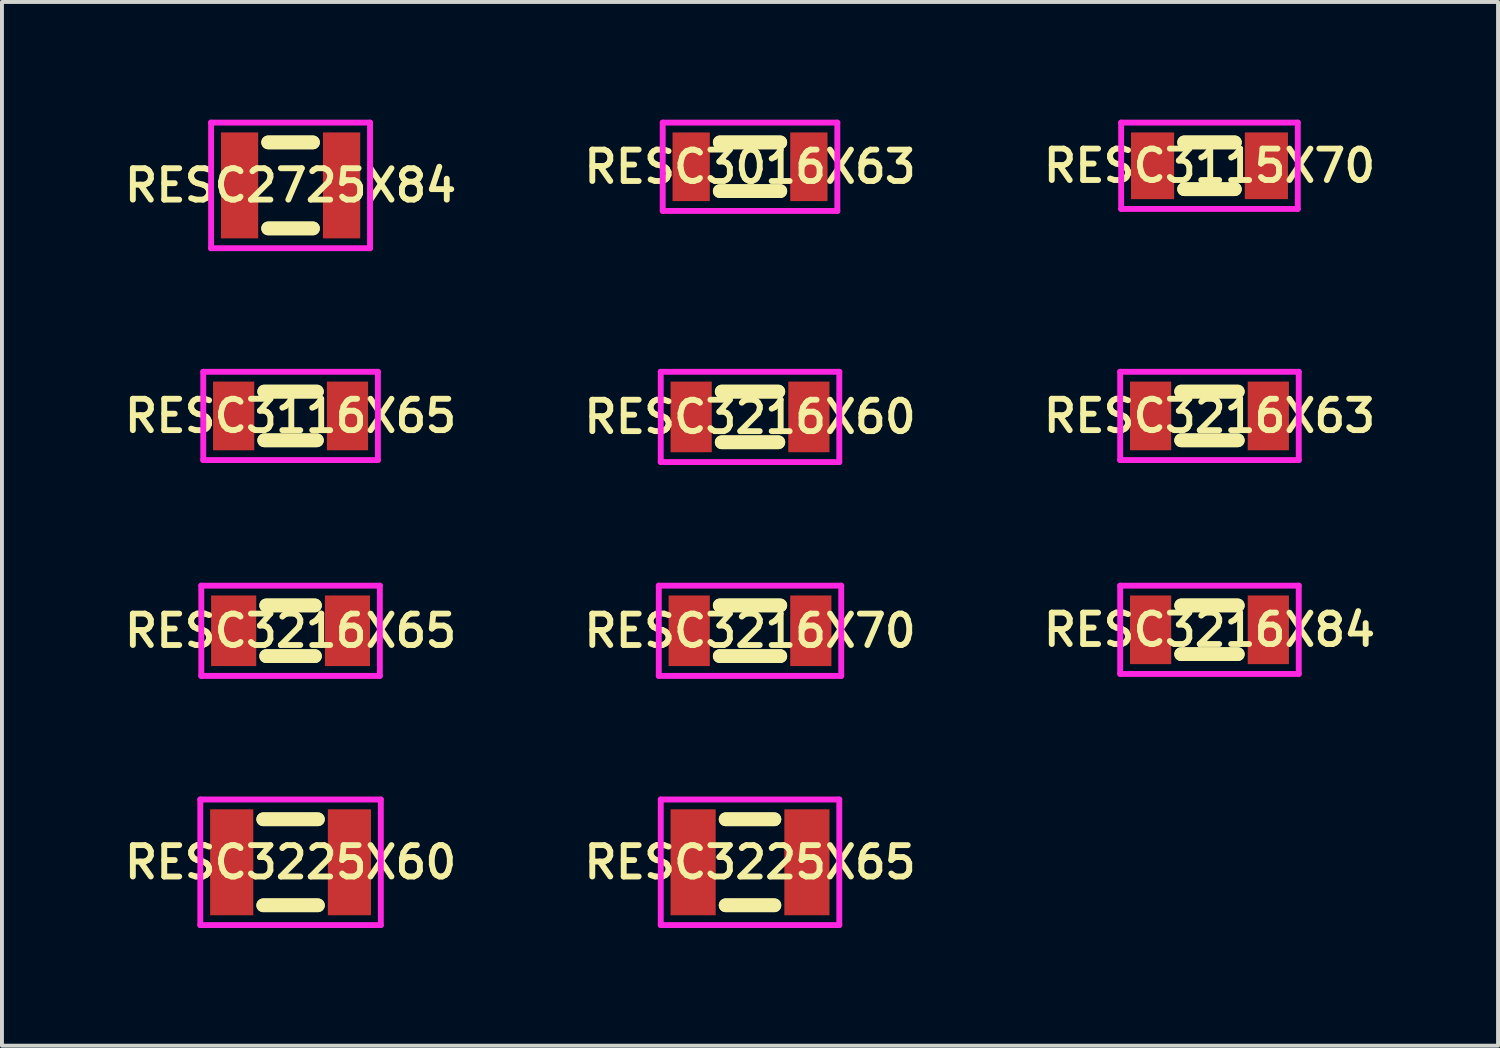
<source format=kicad_pcb>
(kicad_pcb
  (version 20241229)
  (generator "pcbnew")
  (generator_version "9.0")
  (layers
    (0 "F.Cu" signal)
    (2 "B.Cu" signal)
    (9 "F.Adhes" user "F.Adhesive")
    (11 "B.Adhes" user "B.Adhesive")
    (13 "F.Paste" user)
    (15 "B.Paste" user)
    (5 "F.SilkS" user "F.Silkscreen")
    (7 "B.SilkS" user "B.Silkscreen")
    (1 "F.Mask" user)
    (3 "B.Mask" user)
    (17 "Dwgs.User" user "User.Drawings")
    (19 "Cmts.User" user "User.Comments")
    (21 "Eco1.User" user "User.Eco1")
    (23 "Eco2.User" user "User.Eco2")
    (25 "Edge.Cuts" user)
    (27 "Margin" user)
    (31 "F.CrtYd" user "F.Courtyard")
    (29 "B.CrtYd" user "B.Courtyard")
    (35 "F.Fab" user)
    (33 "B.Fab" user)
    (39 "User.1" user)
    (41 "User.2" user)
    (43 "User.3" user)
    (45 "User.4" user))
  (footprint "RESC3016X63"
    (layer "F.Cu")
    (at 16.064 1.2)
    (property "Reference" "RESC3016X63" (at 0 0 0) (layer "F.SilkS") (effects (font (size 0.8 0.8) (thickness 0.15))))
    (attr smd)
    (fp_line (start -0.771 -0.621) (end 0.771 -0.621) (stroke (width 0.35) (type solid)) (layer "F.SilkS"))
    (fp_line (start -0.771 0.621) (end 0.771 0.621) (stroke (width 0.35) (type solid)) (layer "F.SilkS"))
    (fp_line (start 0.771 -0.621) (end -0.771 -0.621) (stroke (width 0.35) (type solid)) (layer "F.SilkS"))
    (fp_line (start 0.771 0.621) (end -0.771 0.621) (stroke (width 0.35) (type solid)) (layer "F.SilkS"))
    (fp_line (start -2.225 -1.125) (end 2.225 -1.125) (stroke (width 0.15) (type solid)) (layer "F.CrtYd"))
    (fp_line (start -2.225 1.125) (end -2.225 -1.125) (stroke (width 0.15) (type solid)) (layer "F.CrtYd"))
    (fp_line (start 2.225 -1.125) (end 2.225 1.125) (stroke (width 0.15) (type solid)) (layer "F.CrtYd"))
    (fp_line (start 2.225 1.125) (end -2.225 1.125) (stroke (width 0.15) (type solid)) (layer "F.CrtYd"))
    (pad "1" smd rect (at -1.5 0) (size 0.95 1.75) (layers "F.Cu" "F.Mask" "F.Paste"))
    (pad "2" smd rect (at 1.5 0) (size 0.95 1.75) (layers "F.Cu" "F.Mask" "F.Paste")))
  (footprint "RESC3216X84"
    (layer "F.Cu")
    (at 27.773 13)
    (property "Reference" "RESC3216X84" (at 0 0 0) (layer "F.SilkS") (effects (font (size 0.8 0.8) (thickness 0.15))))
    (attr smd)
    (fp_line (start -0.721 -0.621) (end 0.721 -0.621) (stroke (width 0.35) (type solid)) (layer "F.SilkS"))
    (fp_line (start -0.721 0.621) (end 0.721 0.621) (stroke (width 0.35) (type solid)) (layer "F.SilkS"))
    (fp_line (start 0.721 -0.621) (end -0.721 -0.621) (stroke (width 0.35) (type solid)) (layer "F.SilkS"))
    (fp_line (start 0.721 0.621) (end -0.721 0.621) (stroke (width 0.35) (type solid)) (layer "F.SilkS"))
    (fp_line (start -2.275 -1.125) (end 2.275 -1.125) (stroke (width 0.15) (type solid)) (layer "F.CrtYd"))
    (fp_line (start -2.275 1.125) (end -2.275 -1.125) (stroke (width 0.15) (type solid)) (layer "F.CrtYd"))
    (fp_line (start 2.275 -1.125) (end 2.275 1.125) (stroke (width 0.15) (type solid)) (layer "F.CrtYd"))
    (fp_line (start 2.275 1.125) (end -2.275 1.125) (stroke (width 0.15) (type solid)) (layer "F.CrtYd"))
    (pad "1" smd rect (at -1.5 0) (size 1.05 1.75) (layers "F.Cu" "F.Mask" "F.Paste"))
    (pad "2" smd rect (at 1.5 0) (size 1.05 1.75) (layers "F.Cu" "F.Mask" "F.Paste")))
  (footprint "RESC3115X70"
    (layer "F.Cu")
    (at 27.773 1.175)
    (property "Reference" "RESC3115X70" (at 0 0 0) (layer "F.SilkS") (effects (font (size 0.8 0.8) (thickness 0.15))))
    (attr smd)
    (fp_line (start -0.646 -0.596) (end 0.646 -0.596) (stroke (width 0.35) (type solid)) (layer "F.SilkS"))
    (fp_line (start -0.646 0.596) (end 0.646 0.596) (stroke (width 0.35) (type solid)) (layer "F.SilkS"))
    (fp_line (start 0.646 -0.596) (end -0.646 -0.596) (stroke (width 0.35) (type solid)) (layer "F.SilkS"))
    (fp_line (start 0.646 0.596) (end -0.646 0.596) (stroke (width 0.35) (type solid)) (layer "F.SilkS"))
    (fp_line (start -2.25 -1.1) (end 2.25 -1.1) (stroke (width 0.15) (type solid)) (layer "F.CrtYd"))
    (fp_line (start -2.25 1.1) (end -2.25 -1.1) (stroke (width 0.15) (type solid)) (layer "F.CrtYd"))
    (fp_line (start 2.25 -1.1) (end 2.25 1.1) (stroke (width 0.15) (type solid)) (layer "F.CrtYd"))
    (fp_line (start 2.25 1.1) (end -2.25 1.1) (stroke (width 0.15) (type solid)) (layer "F.CrtYd"))
    (pad "1" smd rect (at -1.45 0) (size 1.1 1.7) (layers "F.Cu" "F.Mask" "F.Paste"))
    (pad "2" smd rect (at 1.45 0) (size 1.1 1.7) (layers "F.Cu" "F.Mask" "F.Paste")))
  (footprint "RESC3116X65"
    (layer "F.Cu")
    (at 4.355 7.55)
    (property "Reference" "RESC3116X65" (at 0 0 0) (layer "F.SilkS") (effects (font (size 0.8 0.8) (thickness 0.15))))
    (attr smd)
    (fp_line (start -0.671 -0.621) (end 0.671 -0.621) (stroke (width 0.35) (type solid)) (layer "F.SilkS"))
    (fp_line (start -0.671 0.621) (end 0.671 0.621) (stroke (width 0.35) (type solid)) (layer "F.SilkS"))
    (fp_line (start 0.671 -0.621) (end -0.671 -0.621) (stroke (width 0.35) (type solid)) (layer "F.SilkS"))
    (fp_line (start 0.671 0.621) (end -0.671 0.621) (stroke (width 0.35) (type solid)) (layer "F.SilkS"))
    (fp_line (start -2.225 -1.125) (end 2.225 -1.125) (stroke (width 0.15) (type solid)) (layer "F.CrtYd"))
    (fp_line (start -2.225 1.125) (end -2.225 -1.125) (stroke (width 0.15) (type solid)) (layer "F.CrtYd"))
    (fp_line (start 2.225 -1.125) (end 2.225 1.125) (stroke (width 0.15) (type solid)) (layer "F.CrtYd"))
    (fp_line (start 2.225 1.125) (end -2.225 1.125) (stroke (width 0.15) (type solid)) (layer "F.CrtYd"))
    (pad "1" smd rect (at -1.45 0) (size 1.05 1.75) (layers "F.Cu" "F.Mask" "F.Paste"))
    (pad "2" smd rect (at 1.45 0) (size 1.05 1.75) (layers "F.Cu" "F.Mask" "F.Paste")))
  (footprint "RESC3216X70"
    (layer "F.Cu")
    (at 16.064 13.025)
    (property "Reference" "RESC3216X70" (at 0 0 0) (layer "F.SilkS") (effects (font (size 0.8 0.8) (thickness 0.15))))
    (attr smd)
    (fp_line (start -0.771 -0.646) (end 0.771 -0.646) (stroke (width 0.35) (type solid)) (layer "F.SilkS"))
    (fp_line (start -0.771 0.646) (end 0.771 0.646) (stroke (width 0.35) (type solid)) (layer "F.SilkS"))
    (fp_line (start 0.771 -0.646) (end -0.771 -0.646) (stroke (width 0.35) (type solid)) (layer "F.SilkS"))
    (fp_line (start 0.771 0.646) (end -0.771 0.646) (stroke (width 0.35) (type solid)) (layer "F.SilkS"))
    (fp_line (start -2.325 -1.15) (end 2.325 -1.15) (stroke (width 0.15) (type solid)) (layer "F.CrtYd"))
    (fp_line (start -2.325 1.15) (end -2.325 -1.15) (stroke (width 0.15) (type solid)) (layer "F.CrtYd"))
    (fp_line (start 2.325 -1.15) (end 2.325 1.15) (stroke (width 0.15) (type solid)) (layer "F.CrtYd"))
    (fp_line (start 2.325 1.15) (end -2.325 1.15) (stroke (width 0.15) (type solid)) (layer "F.CrtYd"))
    (pad "1" smd rect (at -1.55 0) (size 1.05 1.8) (layers "F.Cu" "F.Mask" "F.Paste"))
    (pad "2" smd rect (at 1.55 0) (size 1.05 1.8) (layers "F.Cu" "F.Mask" "F.Paste")))
  (footprint "RESC3225X65"
    (layer "F.Cu")
    (at 16.064 18.925)
    (property "Reference" "RESC3225X65" (at 0 0 0) (layer "F.SilkS") (effects (font (size 0.8 0.8) (thickness 0.15))))
    (attr smd)
    (fp_line (start -0.621 -1.096) (end 0.621 -1.096) (stroke (width 0.35) (type solid)) (layer "F.SilkS"))
    (fp_line (start -0.621 1.096) (end 0.621 1.096) (stroke (width 0.35) (type solid)) (layer "F.SilkS"))
    (fp_line (start 0.621 -1.096) (end -0.621 -1.096) (stroke (width 0.35) (type solid)) (layer "F.SilkS"))
    (fp_line (start 0.621 1.096) (end -0.621 1.096) (stroke (width 0.35) (type solid)) (layer "F.SilkS"))
    (fp_line (start -2.275 -1.6) (end 2.275 -1.6) (stroke (width 0.15) (type solid)) (layer "F.CrtYd"))
    (fp_line (start -2.275 1.6) (end -2.275 -1.6) (stroke (width 0.15) (type solid)) (layer "F.CrtYd"))
    (fp_line (start 2.275 -1.6) (end 2.275 1.6) (stroke (width 0.15) (type solid)) (layer "F.CrtYd"))
    (fp_line (start 2.275 1.6) (end -2.275 1.6) (stroke (width 0.15) (type solid)) (layer "F.CrtYd"))
    (pad "1" smd rect (at -1.45 0) (size 1.15 2.7) (layers "F.Cu" "F.Mask" "F.Paste"))
    (pad "2" smd rect (at 1.45 0) (size 1.15 2.7) (layers "F.Cu" "F.Mask" "F.Paste")))
  (footprint "RESC3216X65"
    (layer "F.Cu")
    (at 4.355 13.025)
    (property "Reference" "RESC3216X65" (at 0 0 0) (layer "F.SilkS") (effects (font (size 0.8 0.8) (thickness 0.15))))
    (attr smd)
    (fp_line (start -0.621 -0.646) (end 0.621 -0.646) (stroke (width 0.35) (type solid)) (layer "F.SilkS"))
    (fp_line (start -0.621 0.646) (end 0.621 0.646) (stroke (width 0.35) (type solid)) (layer "F.SilkS"))
    (fp_line (start 0.621 -0.646) (end -0.621 -0.646) (stroke (width 0.35) (type solid)) (layer "F.SilkS"))
    (fp_line (start 0.621 0.646) (end -0.621 0.646) (stroke (width 0.35) (type solid)) (layer "F.SilkS"))
    (fp_line (start -2.275 -1.15) (end 2.275 -1.15) (stroke (width 0.15) (type solid)) (layer "F.CrtYd"))
    (fp_line (start -2.275 1.15) (end -2.275 -1.15) (stroke (width 0.15) (type solid)) (layer "F.CrtYd"))
    (fp_line (start 2.275 -1.15) (end 2.275 1.15) (stroke (width 0.15) (type solid)) (layer "F.CrtYd"))
    (fp_line (start 2.275 1.15) (end -2.275 1.15) (stroke (width 0.15) (type solid)) (layer "F.CrtYd"))
    (pad "1" smd rect (at -1.45 0) (size 1.15 1.8) (layers "F.Cu" "F.Mask" "F.Paste"))
    (pad "2" smd rect (at 1.45 0) (size 1.15 1.8) (layers "F.Cu" "F.Mask" "F.Paste")))
  (footprint "RESC3225X60"
    (layer "F.Cu")
    (at 4.355 18.925)
    (property "Reference" "RESC3225X60" (at 0 0 0) (layer "F.SilkS") (effects (font (size 0.8 0.8) (thickness 0.15))))
    (attr smd)
    (fp_line (start -0.696 -1.096) (end 0.696 -1.096) (stroke (width 0.35) (type solid)) (layer "F.SilkS"))
    (fp_line (start -0.696 1.096) (end 0.696 1.096) (stroke (width 0.35) (type solid)) (layer "F.SilkS"))
    (fp_line (start 0.696 -1.096) (end -0.696 -1.096) (stroke (width 0.35) (type solid)) (layer "F.SilkS"))
    (fp_line (start 0.696 1.096) (end -0.696 1.096) (stroke (width 0.35) (type solid)) (layer "F.SilkS"))
    (fp_line (start -2.3 -1.6) (end 2.3 -1.6) (stroke (width 0.15) (type solid)) (layer "F.CrtYd"))
    (fp_line (start -2.3 1.6) (end -2.3 -1.6) (stroke (width 0.15) (type solid)) (layer "F.CrtYd"))
    (fp_line (start 2.3 -1.6) (end 2.3 1.6) (stroke (width 0.15) (type solid)) (layer "F.CrtYd"))
    (fp_line (start 2.3 1.6) (end -2.3 1.6) (stroke (width 0.15) (type solid)) (layer "F.CrtYd"))
    (pad "1" smd rect (at -1.5 0) (size 1.1 2.7) (layers "F.Cu" "F.Mask" "F.Paste"))
    (pad "2" smd rect (at 1.5 0) (size 1.1 2.7) (layers "F.Cu" "F.Mask" "F.Paste")))
  (footprint "RESC3216X63"
    (layer "F.Cu")
    (at 27.773 7.55)
    (property "Reference" "RESC3216X63" (at 0 0 0) (layer "F.SilkS") (effects (font (size 0.8 0.8) (thickness 0.15))))
    (attr smd)
    (fp_line (start -0.721 -0.621) (end 0.721 -0.621) (stroke (width 0.35) (type solid)) (layer "F.SilkS"))
    (fp_line (start -0.721 0.621) (end 0.721 0.621) (stroke (width 0.35) (type solid)) (layer "F.SilkS"))
    (fp_line (start 0.721 -0.621) (end -0.721 -0.621) (stroke (width 0.35) (type solid)) (layer "F.SilkS"))
    (fp_line (start 0.721 0.621) (end -0.721 0.621) (stroke (width 0.35) (type solid)) (layer "F.SilkS"))
    (fp_line (start -2.275 -1.125) (end 2.275 -1.125) (stroke (width 0.15) (type solid)) (layer "F.CrtYd"))
    (fp_line (start -2.275 1.125) (end -2.275 -1.125) (stroke (width 0.15) (type solid)) (layer "F.CrtYd"))
    (fp_line (start 2.275 -1.125) (end 2.275 1.125) (stroke (width 0.15) (type solid)) (layer "F.CrtYd"))
    (fp_line (start 2.275 1.125) (end -2.275 1.125) (stroke (width 0.15) (type solid)) (layer "F.CrtYd"))
    (pad "1" smd rect (at -1.5 0) (size 1.05 1.75) (layers "F.Cu" "F.Mask" "F.Paste"))
    (pad "2" smd rect (at 1.5 0) (size 1.05 1.75) (layers "F.Cu" "F.Mask" "F.Paste")))
  (footprint "RESC3216X60"
    (layer "F.Cu")
    (at 16.064 7.575)
    (property "Reference" "RESC3216X60" (at 0 0 0) (layer "F.SilkS") (effects (font (size 0.8 0.8) (thickness 0.15))))
    (attr smd)
    (fp_line (start -0.721 -0.646) (end 0.721 -0.646) (stroke (width 0.35) (type solid)) (layer "F.SilkS"))
    (fp_line (start -0.721 0.646) (end 0.721 0.646) (stroke (width 0.35) (type solid)) (layer "F.SilkS"))
    (fp_line (start 0.721 -0.646) (end -0.721 -0.646) (stroke (width 0.35) (type solid)) (layer "F.SilkS"))
    (fp_line (start 0.721 0.646) (end -0.721 0.646) (stroke (width 0.35) (type solid)) (layer "F.SilkS"))
    (fp_line (start -2.275 -1.15) (end 2.275 -1.15) (stroke (width 0.15) (type solid)) (layer "F.CrtYd"))
    (fp_line (start -2.275 1.15) (end -2.275 -1.15) (stroke (width 0.15) (type solid)) (layer "F.CrtYd"))
    (fp_line (start 2.275 -1.15) (end 2.275 1.15) (stroke (width 0.15) (type solid)) (layer "F.CrtYd"))
    (fp_line (start 2.275 1.15) (end -2.275 1.15) (stroke (width 0.15) (type solid)) (layer "F.CrtYd"))
    (pad "1" smd rect (at -1.5 0) (size 1.05 1.8) (layers "F.Cu" "F.Mask" "F.Paste"))
    (pad "2" smd rect (at 1.5 0) (size 1.05 1.8) (layers "F.Cu" "F.Mask" "F.Paste")))
  (footprint "RESC2725X84"
    (layer "F.Cu")
    (at 4.355 1.675)
    (property "Reference" "RESC2725X84" (at 0 0 0) (layer "F.SilkS") (effects (font (size 0.8 0.8) (thickness 0.15))))
    (attr smd)
    (fp_line (start -0.571 -1.096) (end 0.571 -1.096) (stroke (width 0.35) (type solid)) (layer "F.SilkS"))
    (fp_line (start -0.571 1.096) (end 0.571 1.096) (stroke (width 0.35) (type solid)) (layer "F.SilkS"))
    (fp_line (start 0.571 -1.096) (end -0.571 -1.096) (stroke (width 0.35) (type solid)) (layer "F.SilkS"))
    (fp_line (start 0.571 1.096) (end -0.571 1.096) (stroke (width 0.35) (type solid)) (layer "F.SilkS"))
    (fp_line (start -2.025 -1.6) (end 2.025 -1.6) (stroke (width 0.15) (type solid)) (layer "F.CrtYd"))
    (fp_line (start -2.025 1.6) (end -2.025 -1.6) (stroke (width 0.15) (type solid)) (layer "F.CrtYd"))
    (fp_line (start 2.025 -1.6) (end 2.025 1.6) (stroke (width 0.15) (type solid)) (layer "F.CrtYd"))
    (fp_line (start 2.025 1.6) (end -2.025 1.6) (stroke (width 0.15) (type solid)) (layer "F.CrtYd"))
    (pad "1" smd rect (at -1.3 0) (size 0.95 2.7) (layers "F.Cu" "F.Mask" "F.Paste"))
    (pad "2" smd rect (at 1.3 0) (size 0.95 2.7) (layers "F.Cu" "F.Mask" "F.Paste")))
  (gr_rect
    (start -3 -3)
    (end 35.127 23.6)
    (stroke (width 0.1) (type default))
    (fill no)
    (layer "Edge.Cuts")))
</source>
